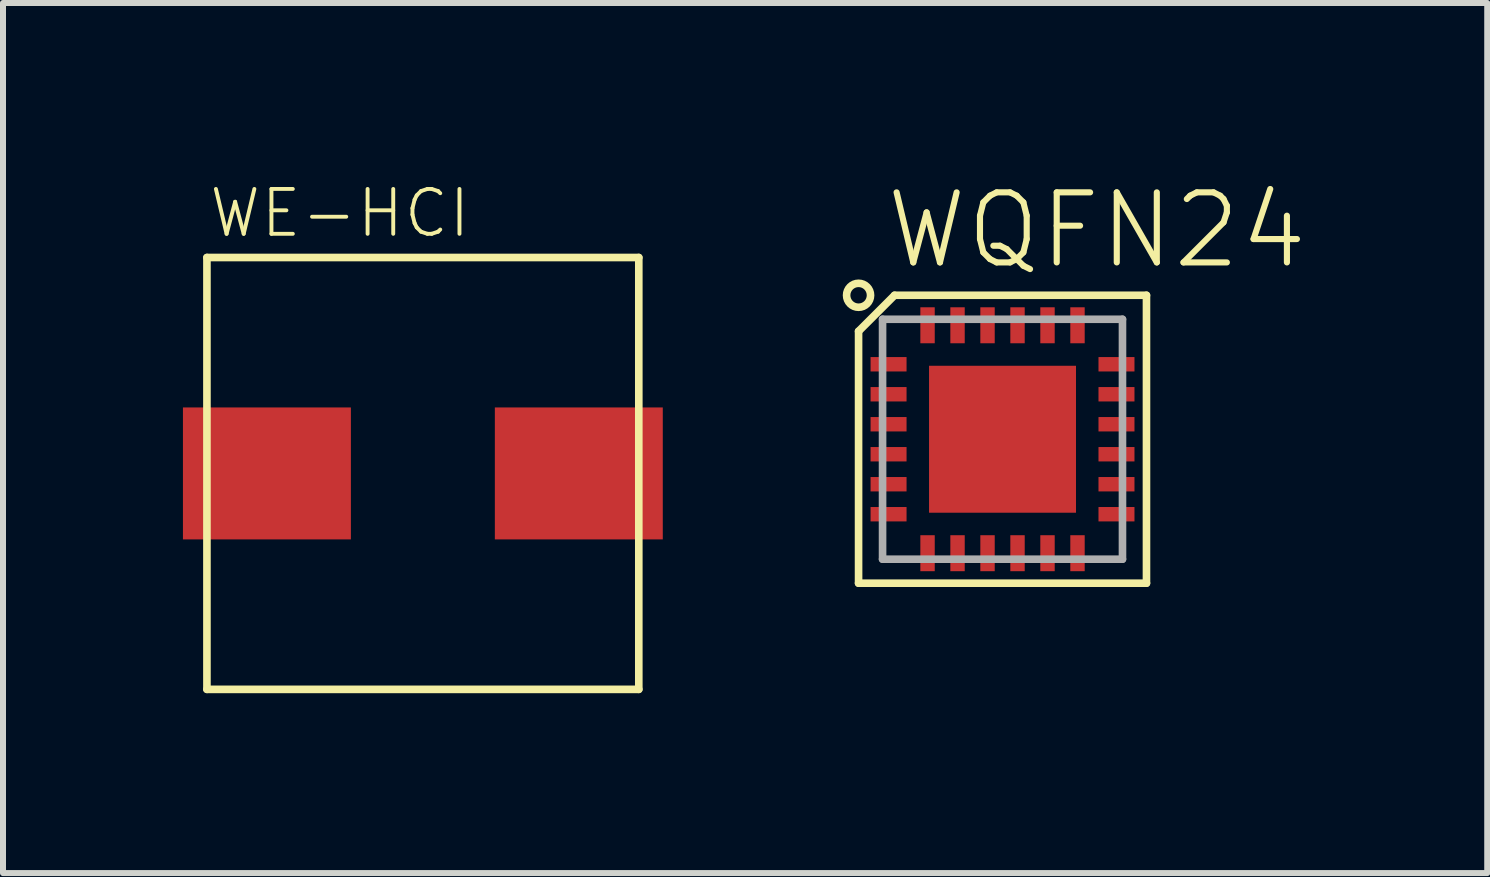
<source format=kicad_pcb>
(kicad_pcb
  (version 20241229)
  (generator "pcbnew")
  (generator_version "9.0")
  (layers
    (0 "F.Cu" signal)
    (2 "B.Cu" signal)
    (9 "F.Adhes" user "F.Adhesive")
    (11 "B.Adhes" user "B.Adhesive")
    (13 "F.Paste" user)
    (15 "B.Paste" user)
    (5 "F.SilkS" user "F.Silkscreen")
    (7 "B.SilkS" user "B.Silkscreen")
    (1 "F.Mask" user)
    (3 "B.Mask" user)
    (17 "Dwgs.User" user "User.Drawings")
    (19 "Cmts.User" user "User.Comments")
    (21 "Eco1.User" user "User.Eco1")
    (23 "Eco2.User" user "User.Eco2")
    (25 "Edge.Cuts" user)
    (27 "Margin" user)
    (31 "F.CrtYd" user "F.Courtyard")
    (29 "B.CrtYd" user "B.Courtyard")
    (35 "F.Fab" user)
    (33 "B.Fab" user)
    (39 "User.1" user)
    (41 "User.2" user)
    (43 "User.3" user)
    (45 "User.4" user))
  (footprint "WE-HCI"
    (layer "F.Cu")
    (at 4 4.843)
    (property "Reference" "WE-HCI" (at -3.6 -3.9 0) (unlocked yes) (layer "F.SilkS") (effects (font (size 0.748 0.748) (thickness 0.065)) (justify left bottom)))
    (fp_line (start -3.6 -3.6) (end 3.6 -3.6) (stroke (width 0.127) (type solid)) (layer "F.SilkS"))
    (fp_line (start -3.6 3.6) (end -3.6 -3.6) (stroke (width 0.127) (type solid)) (layer "F.SilkS"))
    (fp_line (start 3.6 -3.6) (end 3.6 3.6) (stroke (width 0.127) (type solid)) (layer "F.SilkS"))
    (fp_line (start 3.6 3.6) (end -3.6 3.6) (stroke (width 0.127) (type solid)) (layer "F.SilkS"))
    (pad "1" smd rect (at -2.6 0) (size 2.8 2.2) (layers "F.Cu" "F.Mask" "F.Paste"))
    (pad "2" smd rect (at 2.6 0) (size 2.8 2.2) (layers "F.Cu" "F.Mask" "F.Paste")))
  (footprint "WQFN24"
    (layer "F.Cu")
    (at 13.664 4.273)
    (property "Reference" "WQFN24" (at -2 -2.8 0) (unlocked yes) (layer "F.SilkS") (effects (font (size 1.168 1.168) (thickness 0.102)) (justify left bottom)))
    (fp_poly (pts (xy -2.3 -1.05) (xy -1.5 -1.05) (xy -1.5 -1.45) (xy -2.3 -1.45)) (stroke (width 0) (type default)) (fill yes) (layer "F.Mask"))
    (fp_poly (pts (xy -2.3 -0.55) (xy -1.5 -0.55) (xy -1.5 -0.95) (xy -2.3 -0.95)) (stroke (width 0) (type default)) (fill yes) (layer "F.Mask"))
    (fp_poly (pts (xy -2.3 -0.05) (xy -1.5 -0.05) (xy -1.5 -0.45) (xy -2.3 -0.45)) (stroke (width 0) (type default)) (fill yes) (layer "F.Mask"))
    (fp_poly (pts (xy -2.3 0.45) (xy -1.5 0.45) (xy -1.5 0.05) (xy -2.3 0.05)) (stroke (width 0) (type default)) (fill yes) (layer "F.Mask"))
    (fp_poly (pts (xy -2.3 0.95) (xy -1.5 0.95) (xy -1.5 0.55) (xy -2.3 0.55)) (stroke (width 0) (type default)) (fill yes) (layer "F.Mask"))
    (fp_poly (pts (xy -2.3 1.45) (xy -1.5 1.45) (xy -1.5 1.05) (xy -2.3 1.05)) (stroke (width 0) (type default)) (fill yes) (layer "F.Mask"))
    (fp_poly (pts (xy -1.3 1.3) (xy 1.3 1.3) (xy 1.3 -1.3) (xy -1.3 -1.3)) (stroke (width 0) (type default)) (fill yes) (layer "F.Mask"))
    (fp_poly (pts (xy -1.05 -1.5) (xy -1.05 -2.3) (xy -1.45 -2.3) (xy -1.45 -1.5)) (stroke (width 0) (type default)) (fill yes) (layer "F.Mask"))
    (fp_poly (pts (xy -1.05 2.3) (xy -1.05 1.5) (xy -1.45 1.5) (xy -1.45 2.3)) (stroke (width 0) (type default)) (fill yes) (layer "F.Mask"))
    (fp_poly (pts (xy -0.55 -1.5) (xy -0.55 -2.3) (xy -0.95 -2.3) (xy -0.95 -1.5)) (stroke (width 0) (type default)) (fill yes) (layer "F.Mask"))
    (fp_poly (pts (xy -0.55 2.3) (xy -0.55 1.5) (xy -0.95 1.5) (xy -0.95 2.3)) (stroke (width 0) (type default)) (fill yes) (layer "F.Mask"))
    (fp_poly (pts (xy -0.05 -1.5) (xy -0.05 -2.3) (xy -0.45 -2.3) (xy -0.45 -1.5)) (stroke (width 0) (type default)) (fill yes) (layer "F.Mask"))
    (fp_poly (pts (xy -0.05 2.3) (xy -0.05 1.5) (xy -0.45 1.5) (xy -0.45 2.3)) (stroke (width 0) (type default)) (fill yes) (layer "F.Mask"))
    (fp_poly (pts (xy 0.45 -1.5) (xy 0.45 -2.3) (xy 0.05 -2.3) (xy 0.05 -1.5)) (stroke (width 0) (type default)) (fill yes) (layer "F.Mask"))
    (fp_poly (pts (xy 0.45 2.3) (xy 0.45 1.5) (xy 0.05 1.5) (xy 0.05 2.3)) (stroke (width 0) (type default)) (fill yes) (layer "F.Mask"))
    (fp_poly (pts (xy 0.95 -1.5) (xy 0.95 -2.3) (xy 0.55 -2.3) (xy 0.55 -1.5)) (stroke (width 0) (type default)) (fill yes) (layer "F.Mask"))
    (fp_poly (pts (xy 0.95 2.3) (xy 0.95 1.5) (xy 0.55 1.5) (xy 0.55 2.3)) (stroke (width 0) (type default)) (fill yes) (layer "F.Mask"))
    (fp_poly (pts (xy 1.45 -1.5) (xy 1.45 -2.3) (xy 1.05 -2.3) (xy 1.05 -1.5)) (stroke (width 0) (type default)) (fill yes) (layer "F.Mask"))
    (fp_poly (pts (xy 1.45 2.3) (xy 1.45 1.5) (xy 1.05 1.5) (xy 1.05 2.3)) (stroke (width 0) (type default)) (fill yes) (layer "F.Mask"))
    (fp_poly (pts (xy 1.5 -1.05) (xy 2.3 -1.05) (xy 2.3 -1.45) (xy 1.5 -1.45)) (stroke (width 0) (type default)) (fill yes) (layer "F.Mask"))
    (fp_poly (pts (xy 1.5 -0.55) (xy 2.3 -0.55) (xy 2.3 -0.95) (xy 1.5 -0.95)) (stroke (width 0) (type default)) (fill yes) (layer "F.Mask"))
    (fp_poly (pts (xy 1.5 -0.05) (xy 2.3 -0.05) (xy 2.3 -0.45) (xy 1.5 -0.45)) (stroke (width 0) (type default)) (fill yes) (layer "F.Mask"))
    (fp_poly (pts (xy 1.5 0.45) (xy 2.3 0.45) (xy 2.3 0.05) (xy 1.5 0.05)) (stroke (width 0) (type default)) (fill yes) (layer "F.Mask"))
    (fp_poly (pts (xy 1.5 0.95) (xy 2.3 0.95) (xy 2.3 0.55) (xy 1.5 0.55)) (stroke (width 0) (type default)) (fill yes) (layer "F.Mask"))
    (fp_poly (pts (xy 1.5 1.45) (xy 2.3 1.45) (xy 2.3 1.05) (xy 1.5 1.05)) (stroke (width 0) (type default)) (fill yes) (layer "F.Mask"))
    (fp_line (start -2.4 -1.8) (end -1.8 -2.4) (stroke (width 0.127) (type solid)) (layer "F.SilkS"))
    (fp_line (start -2.4 2.4) (end -2.4 -1.8) (stroke (width 0.127) (type solid)) (layer "F.SilkS"))
    (fp_line (start -1.8 -2.4) (end 2.4 -2.4) (stroke (width 0.127) (type solid)) (layer "F.SilkS"))
    (fp_line (start 2.4 -2.4) (end 2.4 2.4) (stroke (width 0.127) (type solid)) (layer "F.SilkS"))
    (fp_line (start 2.4 2.4) (end -2.4 2.4) (stroke (width 0.127) (type solid)) (layer "F.SilkS"))
    (fp_circle (center -2.4 -2.4) (end -2.2 -2.4) (stroke (width 0.127) (type solid)) (fill no) (layer "F.SilkS"))
    (fp_poly (pts (xy -1.2 -0.1) (xy -0.1 -0.1) (xy -0.1 -1.2) (xy -1.2 -1.2)) (stroke (width 0) (type default)) (fill yes) (layer "F.Paste"))
    (fp_poly (pts (xy -1.2 1.2) (xy -0.1 1.2) (xy -0.1 0.1) (xy -1.2 0.1)) (stroke (width 0) (type default)) (fill yes) (layer "F.Paste"))
    (fp_poly (pts (xy 0.1 -0.1) (xy 1.2 -0.1) (xy 1.2 -1.2) (xy 0.1 -1.2)) (stroke (width 0) (type default)) (fill yes) (layer "F.Paste"))
    (fp_poly (pts (xy 0.1 1.2) (xy 1.2 1.2) (xy 1.2 0.1) (xy 0.1 0.1)) (stroke (width 0) (type default)) (fill yes) (layer "F.Paste"))
    (fp_line (start -2 -2) (end 2 -2) (stroke (width 0.127) (type solid)) (layer "F.Fab"))
    (fp_line (start -2 2) (end -2 -2) (stroke (width 0.127) (type solid)) (layer "F.Fab"))
    (fp_line (start 2 -2) (end 2 2) (stroke (width 0.127) (type solid)) (layer "F.Fab"))
    (fp_line (start 2 2) (end -2 2) (stroke (width 0.127) (type solid)) (layer "F.Fab"))
    (pad "1" smd rect (at -1.9 -1.25) (size 0.6 0.24) (layers "F.Cu" "F.Paste"))
    (pad "2" smd rect (at -1.9 -0.75) (size 0.6 0.24) (layers "F.Cu" "F.Paste"))
    (pad "3" smd rect (at -1.9 -0.25) (size 0.6 0.24) (layers "F.Cu" "F.Paste"))
    (pad "4" smd rect (at -1.9 0.25) (size 0.6 0.24) (layers "F.Cu" "F.Paste"))
    (pad "5" smd rect (at -1.9 0.75) (size 0.6 0.24) (layers "F.Cu" "F.Paste"))
    (pad "6" smd rect (at -1.9 1.25) (size 0.6 0.24) (layers "F.Cu" "F.Paste"))
    (pad "7" smd rect (at -1.25 1.9 90) (size 0.6 0.24) (layers "F.Cu" "F.Paste"))
    (pad "8" smd rect (at -0.75 1.9 90) (size 0.6 0.24) (layers "F.Cu" "F.Paste"))
    (pad "9" smd rect (at -0.25 1.9 90) (size 0.6 0.24) (layers "F.Cu" "F.Paste"))
    (pad "10" smd rect (at 0.25 1.9 90) (size 0.6 0.24) (layers "F.Cu" "F.Paste"))
    (pad "11" smd rect (at 0.75 1.9 90) (size 0.6 0.24) (layers "F.Cu" "F.Paste"))
    (pad "12" smd rect (at 1.25 1.9 90) (size 0.6 0.24) (layers "F.Cu" "F.Paste"))
    (pad "13" smd rect (at 1.9 1.25) (size 0.6 0.24) (layers "F.Cu" "F.Paste"))
    (pad "14" smd rect (at 1.9 0.75) (size 0.6 0.24) (layers "F.Cu" "F.Paste"))
    (pad "15" smd rect (at 1.9 0.25) (size 0.6 0.24) (layers "F.Cu" "F.Paste"))
    (pad "16" smd rect (at 1.9 -0.25) (size 0.6 0.24) (layers "F.Cu" "F.Paste"))
    (pad "17" smd rect (at 1.9 -0.75) (size 0.6 0.24) (layers "F.Cu" "F.Paste"))
    (pad "18" smd rect (at 1.9 -1.25) (size 0.6 0.24) (layers "F.Cu" "F.Paste"))
    (pad "19" smd rect (at 1.25 -1.9 90) (size 0.6 0.24) (layers "F.Cu" "F.Paste"))
    (pad "20" smd rect (at 0.75 -1.9 90) (size 0.6 0.24) (layers "F.Cu" "F.Paste"))
    (pad "21" smd rect (at 0.25 -1.9 90) (size 0.6 0.24) (layers "F.Cu" "F.Paste"))
    (pad "22" smd rect (at -0.25 -1.9 90) (size 0.6 0.24) (layers "F.Cu" "F.Paste"))
    (pad "23" smd rect (at -0.75 -1.9 90) (size 0.6 0.24) (layers "F.Cu" "F.Paste"))
    (pad "24" smd rect (at -1.25 -1.9 90) (size 0.6 0.24) (layers "F.Cu" "F.Paste"))
    (pad "PAD" smd rect (at 0 0) (size 2.45 2.45) (layers "F.Cu")))
  (gr_rect
    (start -3 -3)
    (end 21.745 11.506)
    (stroke (width 0.1) (type default))
    (fill no)
    (layer "Edge.Cuts")))
</source>
